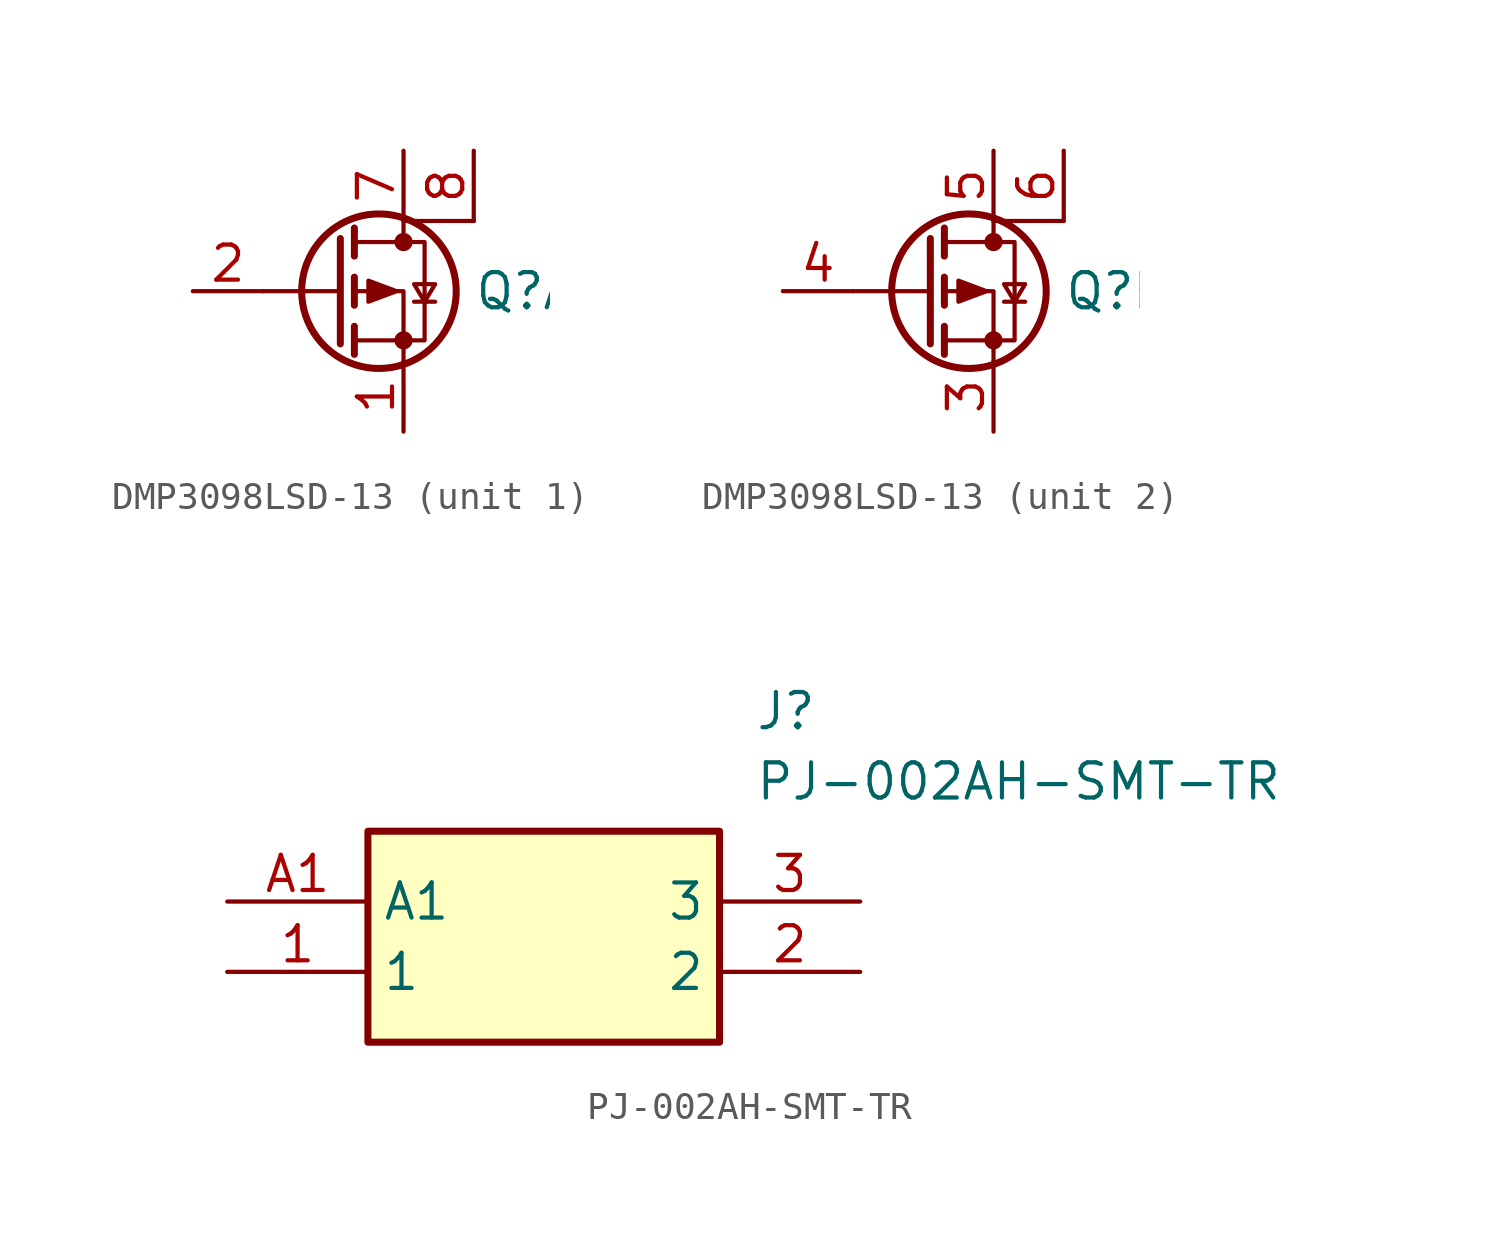
<source format=kicad_sym>
(kicad_symbol_lib
  (version 20241209)
  (generator "kicad_symbol_editor")
  (generator_version "9.0")
  (symbol "DMP3098LSD-13"
    (pin_names
      (offset 0)
      (hide yes))
    (property "Reference" "Q"
      (at 5.08 0 0)
      (effects (font (size 1.27 1.27)) (justify left)))
    (symbol "DMP3098LSD-13_0_1"
      (polyline (pts (xy 0.254 1.905) (xy 0.254 -1.905)) (stroke (width 0.254) (type default)) (fill (type none)))
      (polyline (pts (xy 0.254 0) (xy -2.54 0)) (stroke (width 0) (type default)) (fill (type none)))
      (polyline (pts (xy 0.762 2.286) (xy 0.762 1.27)) (stroke (width 0.254) (type default)) (fill (type none)))
      (polyline (pts (xy 0.762 1.778) (xy 3.302 1.778) (xy 3.302 -1.778) (xy 0.762 -1.778)) (stroke (width 0) (type default)) (fill (type none)))
      (polyline (pts (xy 0.762 0.508) (xy 0.762 -0.508)) (stroke (width 0.254) (type default)) (fill (type none)))
      (polyline (pts (xy 0.762 -1.27) (xy 0.762 -2.286)) (stroke (width 0.254) (type default)) (fill (type none)))
      (circle (center 1.651 0) (radius 2.794) (stroke (width 0.254) (type default)) (fill (type none)))
      (polyline (pts (xy 2.286 0) (xy 1.27 0.381) (xy 1.27 -0.381) (xy 2.286 0)) (stroke (width 0) (type default)) (fill (type outline)))
      (polyline (pts (xy 2.54 2.54) (xy 2.54 1.778)) (stroke (width 0) (type default)) (fill (type none)))
      (circle (center 2.54 1.778) (radius 0.254) (stroke (width 0) (type default)) (fill (type outline)))
      (circle (center 2.54 -1.778) (radius 0.254) (stroke (width 0) (type default)) (fill (type outline)))
      (polyline (pts (xy 2.54 -2.54) (xy 2.54 0) (xy 0.762 0)) (stroke (width 0) (type default)) (fill (type none)))
      (polyline (pts (xy 2.921 -0.381) (xy 3.683 -0.381)) (stroke (width 0) (type default)) (fill (type none)))
      (polyline (pts (xy 3.302 -0.381) (xy 2.921 0.254) (xy 3.683 0.254) (xy 3.302 -0.381)) (stroke (width 0) (type default)) (fill (type none)))
      (polyline (pts (xy 5.08 2.54) (xy 2.54 2.54)) (stroke (width 0) (type default)) (fill (type none))))
    (symbol "DMP3098LSD-13_1_1"
      (pin input line (at -5.08 0 0) (length 2.54) (name "G1" (effects (font (size 1.27 1.27)))) (number "2" (effects (font (size 1.27 1.27)))))
      (pin passive line (at 2.54 5.08 270) (length 2.54) (name "D" (effects (font (size 1.27 1.27)))) (number "7" (effects (font (size 1.27 1.27)))))
      (pin passive line (at 2.54 -5.08 90) (length 2.54) (name "S1" (effects (font (size 1.27 1.27)))) (number "1" (effects (font (size 1.27 1.27)))))
      (pin passive line (at 5.08 5.08 270) (length 2.54) (name "D" (effects (font (size 1.27 1.27)))) (number "8" (effects (font (size 1.27 1.27))))))
    (symbol "DMP3098LSD-13_2_1"
      (pin input line (at -5.08 0 0) (length 2.54) (name "G2" (effects (font (size 1.27 1.27)))) (number "4" (effects (font (size 1.27 1.27)))))
      (pin passive line (at 2.54 5.08 270) (length 2.54) (name "D2" (effects (font (size 1.27 1.27)))) (number "5" (effects (font (size 1.27 1.27)))))
      (pin passive line (at 2.54 -5.08 90) (length 2.54) (name "S2" (effects (font (size 1.27 1.27)))) (number "3" (effects (font (size 1.27 1.27)))))
      (pin passive line (at 5.08 5.08 270) (length 2.54) (name "D2" (effects (font (size 1.27 1.27)))) (number "6" (effects (font (size 1.27 1.27)))))))
  (symbol "PJ-002AH-SMT-TR"
    (property "Reference" "J"
      (at 19.05 7.62 0)
      (effects (font (size 1.27 1.27)) (justify left top)))
    (property "Value" "PJ-002AH-SMT-TR"
      (at 19.05 5.08 0)
      (effects (font (size 1.27 1.27)) (justify left top)))
    (symbol "PJ-002AH-SMT-TR_1_1"
      (rectangle (start 5.08 2.54) (end 17.78 -5.08) (stroke (width 0.254) (type default)) (fill (type background)))
      (pin passive line (at 0 0 0) (length 5.08) (name "A1" (effects (font (size 1.27 1.27)))) (number "A1" (effects (font (size 1.27 1.27)))))
      (pin passive line (at 0 -2.54 0) (length 5.08) (name "1" (effects (font (size 1.27 1.27)))) (number "1" (effects (font (size 1.27 1.27)))))
      (pin passive line (at 22.86 0 180) (length 5.08) (name "3" (effects (font (size 1.27 1.27)))) (number "3" (effects (font (size 1.27 1.27)))))
      (pin passive line (at 22.86 -2.54 180) (length 5.08) (name "2" (effects (font (size 1.27 1.27)))) (number "2" (effects (font (size 1.27 1.27))))))))
</source>
